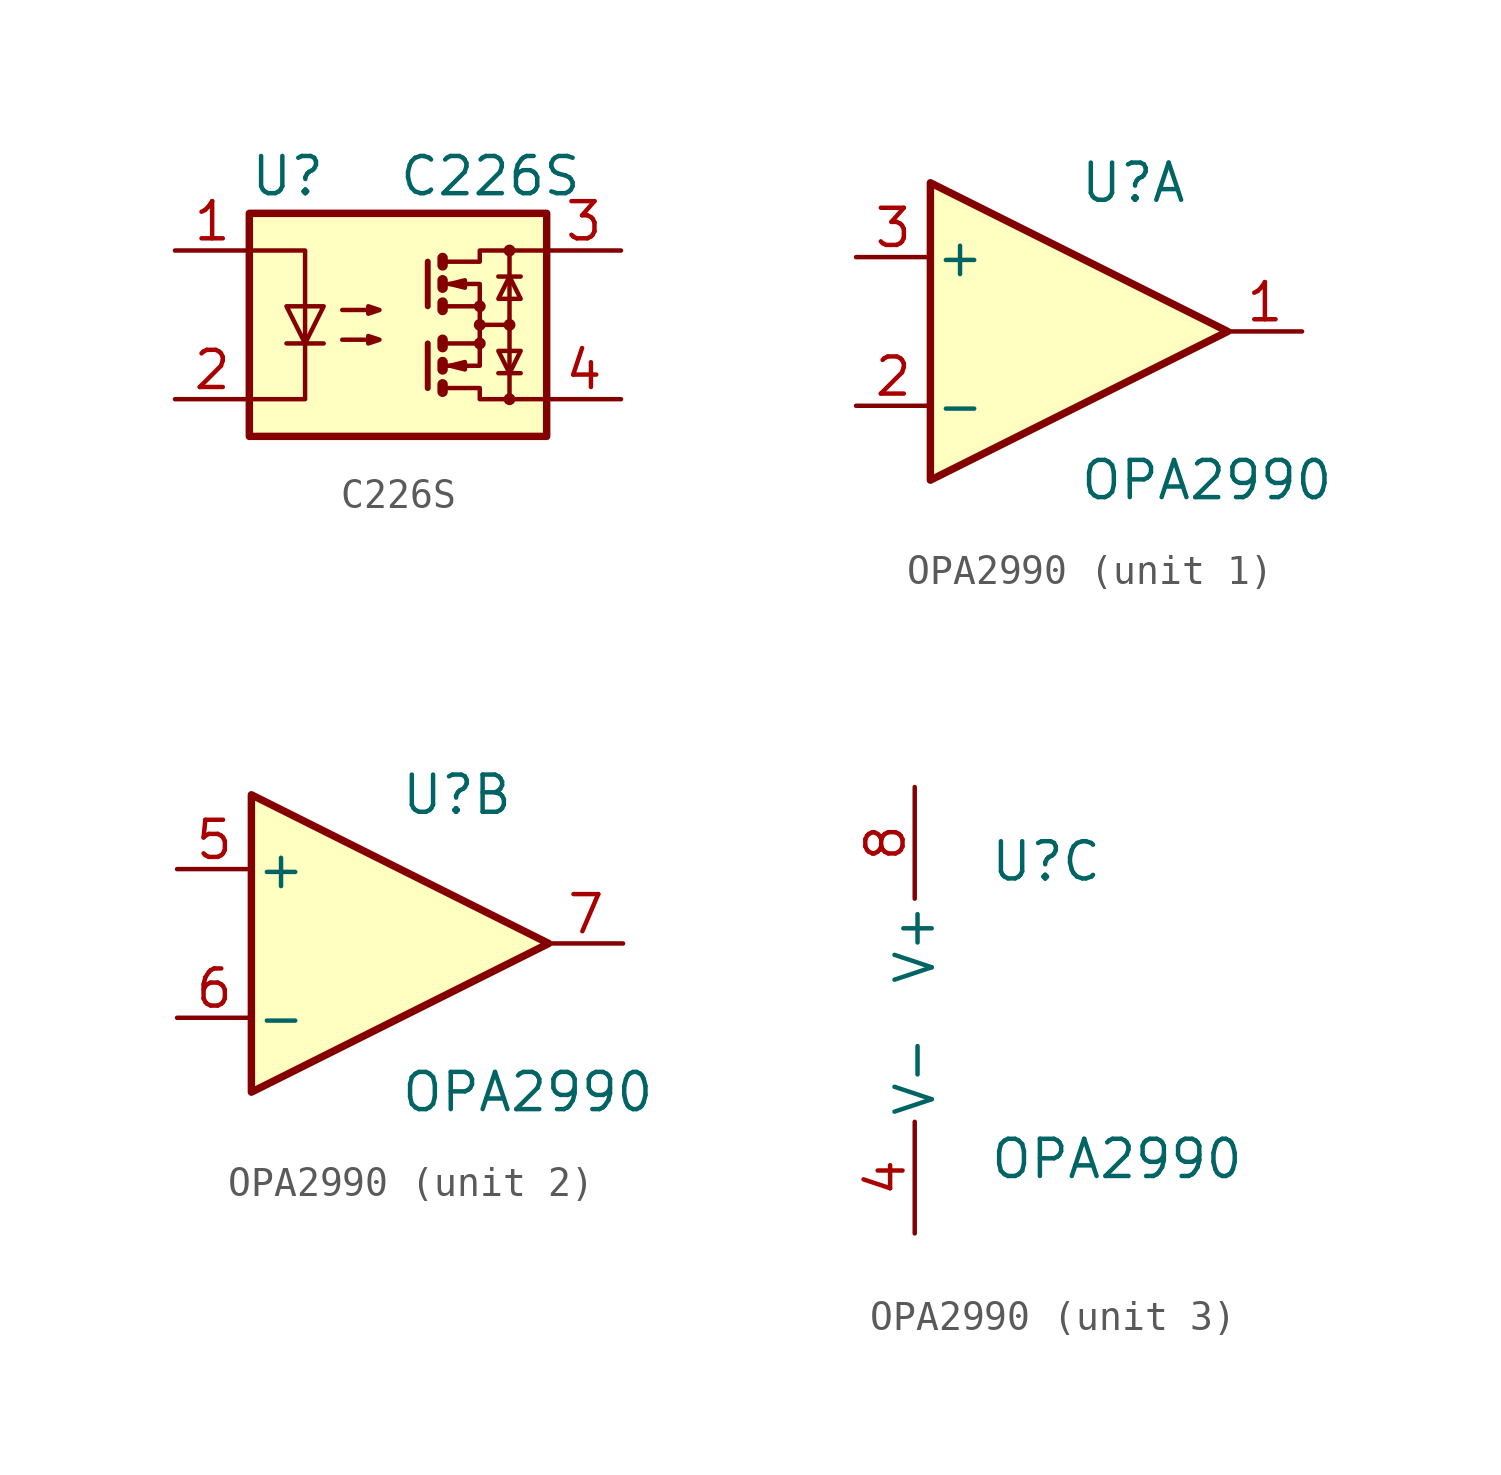
<source format=kicad_sym>
(kicad_symbol_lib
  (version 20220914)
  (generator kicad_symbol_editor)
  (symbol "C226S"
    (property "Reference" "U"
      (at -5.08 5.08 0)
      (effects (font (size 1.27 1.27)) (justify left)))
    (property "Value" "C226S"
      (at 0 5.08 0)
      (effects (font (size 1.27 1.27)) (justify left)))
    (symbol "C226S_0_1"
      (rectangle (start -5.08 3.81) (end 5.08 -3.81) (stroke (width 0.254) (type default)) (fill (type background)))
      (polyline (pts (xy -3.81 -0.635) (xy -2.54 -0.635)) (stroke (width 0) (type default)) (fill (type none)))
      (polyline (pts (xy 1.016 -0.635) (xy 1.016 -2.159)) (stroke (width 0.203) (type default)) (fill (type none)))
      (polyline (pts (xy 1.016 2.159) (xy 1.016 0.635)) (stroke (width 0.203) (type default)) (fill (type none)))
      (polyline (pts (xy 1.524 -0.508) (xy 1.524 -0.762)) (stroke (width 0.356) (type default)) (fill (type none)))
      (polyline (pts (xy 2.794 0) (xy 3.81 0)) (stroke (width 0) (type default)) (fill (type none)))
      (polyline (pts (xy 3.429 -1.651) (xy 4.191 -1.651)) (stroke (width 0) (type default)) (fill (type none)))
      (polyline (pts (xy 3.429 1.651) (xy 4.191 1.651)) (stroke (width 0) (type default)) (fill (type none)))
      (polyline (pts (xy 3.81 -2.54) (xy 3.81 2.54)) (stroke (width 0) (type default)) (fill (type none)))
      (polyline (pts (xy 1.524 -2.032) (xy 1.524 -2.286) (xy 1.524 -2.286)) (stroke (width 0.356) (type default)) (fill (type none)))
      (polyline (pts (xy 1.524 -1.27) (xy 1.524 -1.524) (xy 1.524 -1.524)) (stroke (width 0.356) (type default)) (fill (type none)))
      (polyline (pts (xy 1.524 0.762) (xy 1.524 0.508) (xy 1.524 0.508)) (stroke (width 0.356) (type default)) (fill (type none)))
      (polyline (pts (xy 1.524 1.524) (xy 1.524 1.27) (xy 1.524 1.27)) (stroke (width 0.356) (type default)) (fill (type none)))
      (polyline (pts (xy 1.524 2.286) (xy 1.524 2.032) (xy 1.524 2.032)) (stroke (width 0.356) (type default)) (fill (type none)))
      (polyline (pts (xy 1.651 -1.397) (xy 2.794 -1.397) (xy 2.794 -0.635)) (stroke (width 0) (type default)) (fill (type none)))
      (polyline (pts (xy 1.651 1.397) (xy 2.794 1.397) (xy 2.794 0.635)) (stroke (width 0) (type default)) (fill (type none)))
      (polyline (pts (xy -5.08 2.54) (xy -3.175 2.54) (xy -3.175 -2.54) (xy -5.08 -2.54)) (stroke (width 0) (type default)) (fill (type none)))
      (polyline (pts (xy -3.175 -0.635) (xy -3.81 0.635) (xy -2.54 0.635) (xy -3.175 -0.635)) (stroke (width 0) (type default)) (fill (type none)))
      (polyline (pts (xy 1.651 -2.159) (xy 2.794 -2.159) (xy 2.794 -2.54) (xy 5.08 -2.54)) (stroke (width 0) (type default)) (fill (type none)))
      (polyline (pts (xy 1.651 -0.635) (xy 2.794 -0.635) (xy 2.794 0.635) (xy 1.651 0.635)) (stroke (width 0) (type default)) (fill (type none)))
      (polyline (pts (xy 1.651 2.159) (xy 2.794 2.159) (xy 2.794 2.54) (xy 5.08 2.54)) (stroke (width 0) (type default)) (fill (type none)))
      (polyline (pts (xy 1.778 -1.397) (xy 2.286 -1.27) (xy 2.286 -1.524) (xy 1.778 -1.397)) (stroke (width 0) (type default)) (fill (type none)))
      (polyline (pts (xy 1.778 1.397) (xy 2.286 1.524) (xy 2.286 1.27) (xy 1.778 1.397)) (stroke (width 0) (type default)) (fill (type none)))
      (polyline (pts (xy 3.81 -1.651) (xy 3.429 -0.889) (xy 4.191 -0.889) (xy 3.81 -1.651)) (stroke (width 0) (type default)) (fill (type none)))
      (polyline (pts (xy 3.81 1.651) (xy 3.429 0.889) (xy 4.191 0.889) (xy 3.81 1.651)) (stroke (width 0) (type default)) (fill (type none)))
      (polyline (pts (xy -1.905 -0.508) (xy -0.635 -0.508) (xy -1.016 -0.635) (xy -1.016 -0.381) (xy -0.635 -0.508)) (stroke (width 0) (type default)) (fill (type none)))
      (polyline (pts (xy -1.905 0.508) (xy -0.635 0.508) (xy -1.016 0.381) (xy -1.016 0.635) (xy -0.635 0.508)) (stroke (width 0) (type default)) (fill (type none)))
      (circle (center 2.794 -0.635) (radius 0.127) (stroke (width 0) (type default)) (fill (type none)))
      (circle (center 2.794 0) (radius 0.127) (stroke (width 0) (type default)) (fill (type none)))
      (circle (center 2.794 0.635) (radius 0.127) (stroke (width 0) (type default)) (fill (type none)))
      (circle (center 3.81 -2.54) (radius 0.127) (stroke (width 0) (type default)) (fill (type none)))
      (circle (center 3.81 0) (radius 0.127) (stroke (width 0) (type default)) (fill (type none)))
      (circle (center 3.81 2.54) (radius 0.127) (stroke (width 0) (type default)) (fill (type none))))
    (symbol "C226S_1_1"
      (pin passive line (at -7.62 2.54 0) (length 2.54) (name "~" (effects (font (size 1.27 1.27)))) (number "1" (effects (font (size 1.27 1.27)))))
      (pin passive line (at -7.62 -2.54 0) (length 2.54) (name "~" (effects (font (size 1.27 1.27)))) (number "2" (effects (font (size 1.27 1.27)))))
      (pin passive line (at 7.62 2.54 180) (length 2.54) (name "~" (effects (font (size 1.27 1.27)))) (number "3" (effects (font (size 1.27 1.27)))))
      (pin passive line (at 7.62 -2.54 180) (length 2.54) (name "~" (effects (font (size 1.27 1.27)))) (number "4" (effects (font (size 1.27 1.27)))))))
  (symbol "OPA2990"
    (pin_names
      (offset 0.127))
    (property "Reference" "U"
      (at 0 5.08 0)
      (effects (font (size 1.27 1.27)) (justify left)))
    (property "Value" "OPA2990"
      (at 0 -5.08 0)
      (effects (font (size 1.27 1.27)) (justify left)))
    (property "ki_locked" ""
      (at 0 0 0)
      (effects (font (size 1.27 1.27))))
    (symbol "OPA2990_1_1"
      (polyline (pts (xy -5.08 5.08) (xy 5.08 0) (xy -5.08 -5.08) (xy -5.08 5.08)) (stroke (width 0.254) (type default)) (fill (type background)))
      (pin output line (at 7.62 0 180) (length 2.54) (name "~" (effects (font (size 1.27 1.27)))) (number "1" (effects (font (size 1.27 1.27)))))
      (pin input line (at -7.62 -2.54 0) (length 2.54) (name "-" (effects (font (size 1.27 1.27)))) (number "2" (effects (font (size 1.27 1.27)))))
      (pin input line (at -7.62 2.54 0) (length 2.54) (name "+" (effects (font (size 1.27 1.27)))) (number "3" (effects (font (size 1.27 1.27))))))
    (symbol "OPA2990_2_1"
      (polyline (pts (xy -5.08 5.08) (xy 5.08 0) (xy -5.08 -5.08) (xy -5.08 5.08)) (stroke (width 0.254) (type default)) (fill (type background)))
      (pin input line (at -7.62 2.54 0) (length 2.54) (name "+" (effects (font (size 1.27 1.27)))) (number "5" (effects (font (size 1.27 1.27)))))
      (pin input line (at -7.62 -2.54 0) (length 2.54) (name "-" (effects (font (size 1.27 1.27)))) (number "6" (effects (font (size 1.27 1.27)))))
      (pin output line (at 7.62 0 180) (length 2.54) (name "~" (effects (font (size 1.27 1.27)))) (number "7" (effects (font (size 1.27 1.27))))))
    (symbol "OPA2990_3_1"
      (pin power_in line (at -2.54 -7.62 90) (length 3.81) (name "V-" (effects (font (size 1.27 1.27)))) (number "4" (effects (font (size 1.27 1.27)))))
      (pin power_in line (at -2.54 7.62 270) (length 3.81) (name "V+" (effects (font (size 1.27 1.27)))) (number "8" (effects (font (size 1.27 1.27))))))))
</source>
